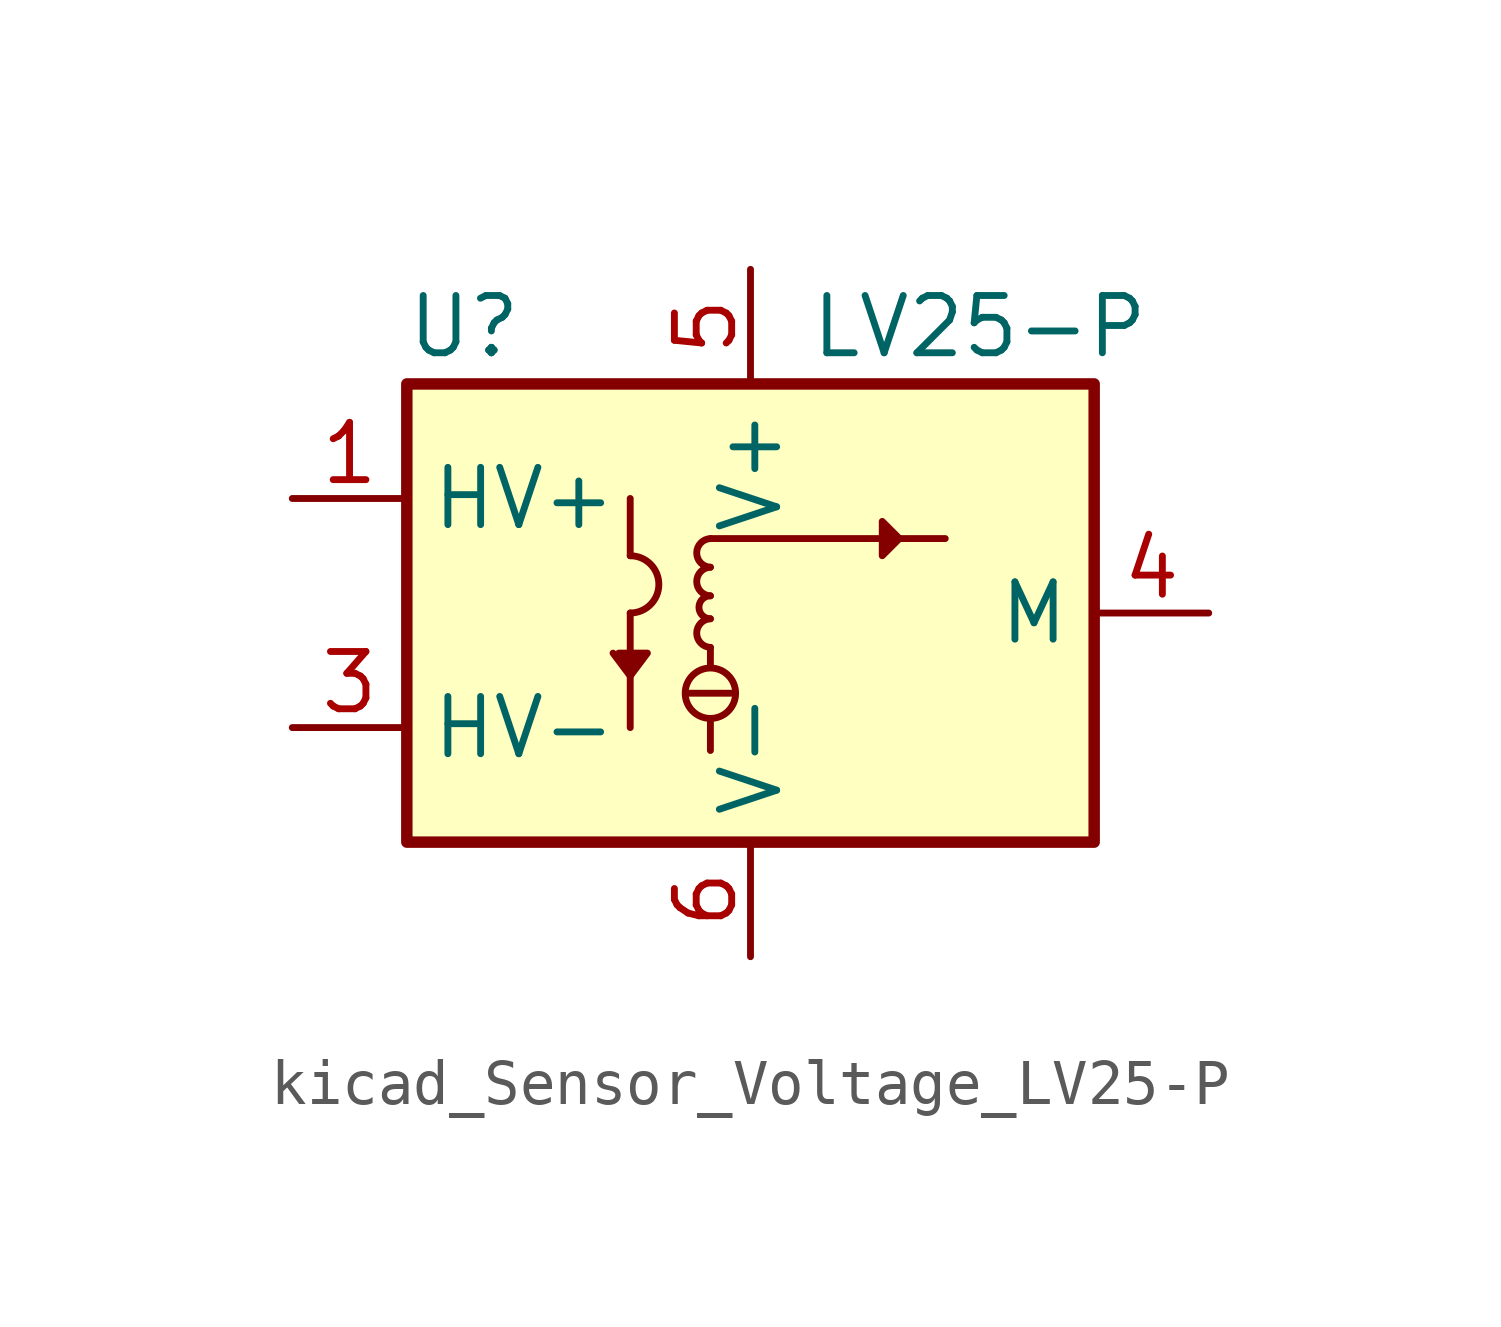
<source format=kicad_sym>
(kicad_symbol_lib
  (version 20220914)
  (generator kicad_symbol_editor)
  (symbol "kicad_Sensor_Voltage_LV25-P"
    (property "Reference" "U"
      (at -6.35 6.35 0)
      (effects (font (size 1.27 1.27))))
    (property "Value" "LV25-P"
      (at 5.08 6.35 0)
      (effects (font (size 1.27 1.27))))
    (symbol "kicad_Sensor_Voltage_LV25-P_0_1"
      (arc (start -2.667 0) (mid -2.0347 0.635) (end -2.667 1.27) (stroke (width 0) (type default)) (fill (type none)))
      (circle (center -0.889 -1.778) (radius 0.559) (stroke (width 0) (type default)) (fill (type none)))
      (arc (start -0.889 -0.127) (mid -1.1938 -0.4318) (end -0.889 -0.762) (stroke (width 0) (type default)) (fill (type none)))
      (arc (start -0.889 0.381) (mid -1.1419 0.127) (end -0.889 -0.127) (stroke (width 0) (type default)) (fill (type none)))
      (arc (start -0.889 1.016) (mid -1.1938 0.7112) (end -0.889 0.381) (stroke (width 0) (type default)) (fill (type none)))
      (arc (start -0.889 1.651) (mid -1.1938 1.3462) (end -0.889 1.016) (stroke (width 0) (type default)) (fill (type none)))
      (polyline (pts (xy -2.667 0) (xy -2.667 -2.54)) (stroke (width 0) (type default)) (fill (type none)))
      (polyline (pts (xy -2.667 2.54) (xy -2.667 1.27)) (stroke (width 0) (type default)) (fill (type none)))
      (polyline (pts (xy -1.397 -1.778) (xy -0.381 -1.778)) (stroke (width 0) (type default)) (fill (type none)))
      (polyline (pts (xy -0.889 -2.413) (xy -0.889 -3.048)) (stroke (width 0) (type default)) (fill (type none)))
      (polyline (pts (xy -0.889 -1.143) (xy -0.889 -0.762)) (stroke (width 0) (type default)) (fill (type none)))
      (polyline (pts (xy -0.889 1.651) (xy 4.318 1.651)) (stroke (width 0) (type default)) (fill (type none)))
      (polyline (pts (xy -2.921 -0.889) (xy -2.286 -0.889) (xy -2.667 -1.397) (xy -3.048 -0.889)) (stroke (width 0) (type default)) (fill (type outline)))
      (polyline (pts (xy 3.302 1.651) (xy 2.921 2.032) (xy 2.921 1.27) (xy 3.302 1.651)) (stroke (width 0) (type default)) (fill (type outline)))
      (rectangle (start 7.62 -5.08) (end -7.62 5.08) (stroke (width 0.254) (type default)) (fill (type background))))
    (symbol "kicad_Sensor_Voltage_LV25-P_1_1"
      (pin input line (at -10.16 2.54 0) (length 2.54) (name "HV+" (effects (font (size 1.27 1.27)))) (number "1" (effects (font (size 1.27 1.27)))))
      (pin input line (at -10.16 -2.54 0) (length 2.54) (name "HV-" (effects (font (size 1.27 1.27)))) (number "3" (effects (font (size 1.27 1.27)))))
      (pin output line (at 10.16 0 180) (length 2.54) (name "M" (effects (font (size 1.27 1.27)))) (number "4" (effects (font (size 1.27 1.27)))))
      (pin power_in line (at 0 7.62 270) (length 2.54) (name "V+" (effects (font (size 1.27 1.27)))) (number "5" (effects (font (size 1.27 1.27)))))
      (pin power_in line (at 0 -7.62 90) (length 2.54) (name "V-" (effects (font (size 1.27 1.27)))) (number "6" (effects (font (size 1.27 1.27))))))))
</source>
